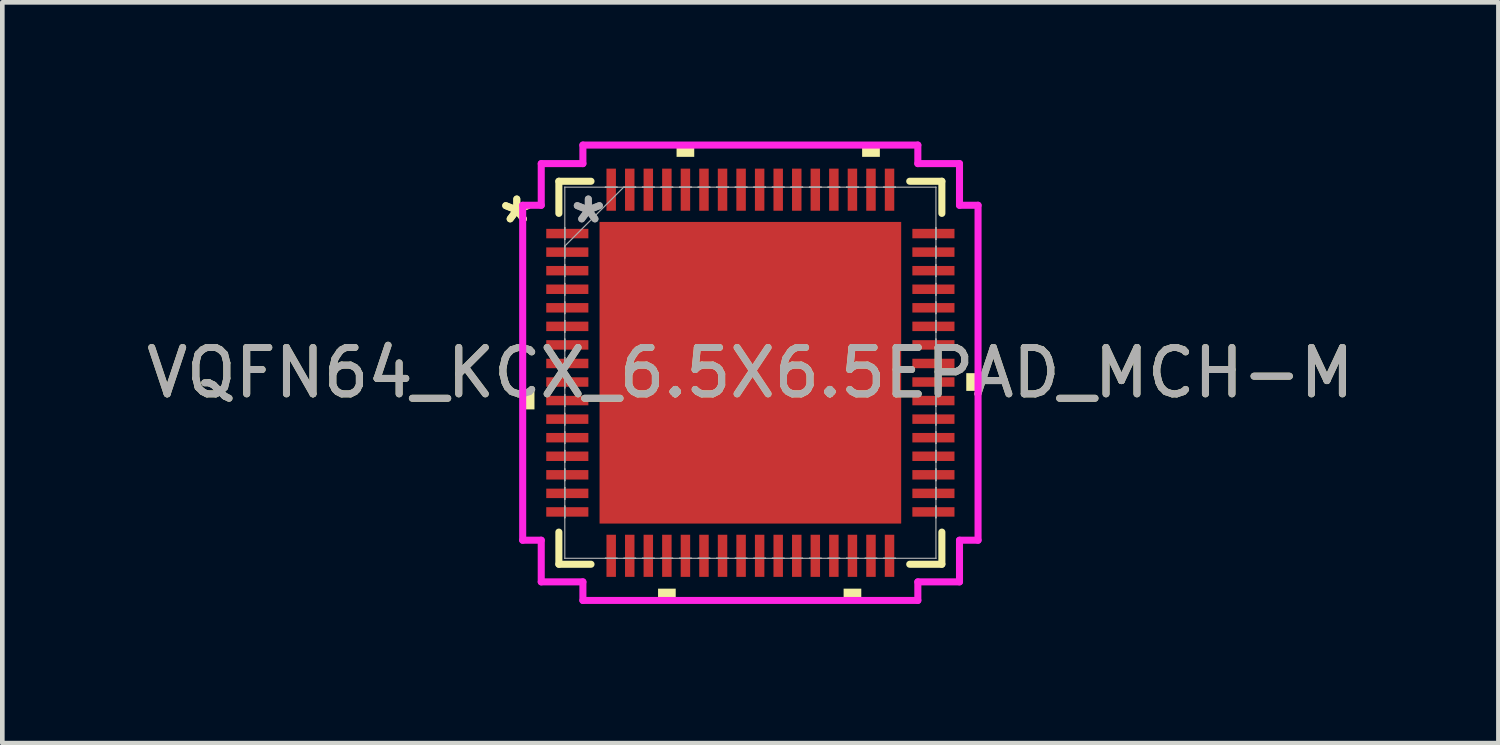
<source format=kicad_pcb>
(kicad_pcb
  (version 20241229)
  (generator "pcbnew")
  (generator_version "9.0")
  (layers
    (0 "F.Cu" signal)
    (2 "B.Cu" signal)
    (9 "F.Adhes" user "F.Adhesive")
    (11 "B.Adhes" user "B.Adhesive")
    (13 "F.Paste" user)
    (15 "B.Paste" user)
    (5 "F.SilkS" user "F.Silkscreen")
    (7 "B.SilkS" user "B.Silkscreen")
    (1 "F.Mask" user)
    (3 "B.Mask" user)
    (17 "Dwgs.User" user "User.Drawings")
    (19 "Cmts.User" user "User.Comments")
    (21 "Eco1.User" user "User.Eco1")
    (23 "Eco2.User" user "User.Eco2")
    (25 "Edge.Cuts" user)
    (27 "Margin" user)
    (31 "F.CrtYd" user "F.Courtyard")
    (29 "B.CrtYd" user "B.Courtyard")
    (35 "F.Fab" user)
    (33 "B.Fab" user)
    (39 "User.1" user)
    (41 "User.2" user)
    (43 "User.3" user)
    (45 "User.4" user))
  (footprint "VQFN64_KCX_6.5X6.5EPAD_MCH-M"
    (layer "F.Cu")
    (at 13.125 4.985)
    (property "Reference" "VQFN64_KCX_6.5X6.5EPAD_MCH-M" (at 0 0 0) (unlocked yes) (layer "F.SilkS") (effects (font (size 1 1) (thickness 0.15))))
    (attr smd)
    (fp_line (start -4.128 -4.128) (end -4.128 -3.435) (stroke (width 0.152) (type solid)) (layer "F.SilkS"))
    (fp_line (start -4.128 3.435) (end -4.128 4.128) (stroke (width 0.152) (type solid)) (layer "F.SilkS"))
    (fp_line (start -4.128 4.128) (end -3.435 4.128) (stroke (width 0.152) (type solid)) (layer "F.SilkS"))
    (fp_line (start -3.435 -4.128) (end -4.128 -4.128) (stroke (width 0.152) (type solid)) (layer "F.SilkS"))
    (fp_line (start 3.435 4.128) (end 4.128 4.128) (stroke (width 0.152) (type solid)) (layer "F.SilkS"))
    (fp_line (start 4.128 -4.128) (end 3.435 -4.128) (stroke (width 0.152) (type solid)) (layer "F.SilkS"))
    (fp_line (start 4.128 -3.435) (end 4.128 -4.128) (stroke (width 0.152) (type solid)) (layer "F.SilkS"))
    (fp_line (start 4.128 4.128) (end 4.128 3.435) (stroke (width 0.152) (type solid)) (layer "F.SilkS"))
    (fp_poly (pts (xy -4.908 0.409) (xy -4.908 0.79) (xy -4.654 0.79) (xy -4.654 0.409)) (stroke (width 0) (type solid)) (fill yes) (layer "F.SilkS"))
    (fp_poly (pts (xy -1.99 4.654) (xy -1.99 4.908) (xy -1.609 4.908) (xy -1.609 4.654)) (stroke (width 0) (type solid)) (fill yes) (layer "F.SilkS"))
    (fp_poly (pts (xy -1.591 -4.654) (xy -1.591 -4.908) (xy -1.21 -4.908) (xy -1.21 -4.654)) (stroke (width 0) (type solid)) (fill yes) (layer "F.SilkS"))
    (fp_poly (pts (xy 2.01 4.654) (xy 2.01 4.908) (xy 2.391 4.908) (xy 2.391 4.654)) (stroke (width 0) (type solid)) (fill yes) (layer "F.SilkS"))
    (fp_poly (pts (xy 2.409 -4.654) (xy 2.409 -4.908) (xy 2.791 -4.908) (xy 2.791 -4.654)) (stroke (width 0) (type solid)) (fill yes) (layer "F.SilkS"))
    (fp_poly (pts (xy 4.908 0.009) (xy 4.908 0.391) (xy 4.654 0.391) (xy 4.654 0.009)) (stroke (width 0) (type solid)) (fill yes) (layer "F.SilkS"))
    (fp_poly (pts (xy -3.151 -3.151) (xy -3.151 -2.051) (xy -2.051 -2.051) (xy -2.051 -3.151)) (stroke (width 0) (type solid)) (fill yes) (layer "F.Paste"))
    (fp_poly (pts (xy -3.151 -1.851) (xy -3.151 -0.75) (xy -2.051 -0.75) (xy -2.051 -1.851)) (stroke (width 0) (type solid)) (fill yes) (layer "F.Paste"))
    (fp_poly (pts (xy -3.151 -0.55) (xy -3.151 0.55) (xy -2.051 0.55) (xy -2.051 -0.55)) (stroke (width 0) (type solid)) (fill yes) (layer "F.Paste"))
    (fp_poly (pts (xy -3.151 0.75) (xy -3.151 1.851) (xy -2.051 1.851) (xy -2.051 0.75)) (stroke (width 0) (type solid)) (fill yes) (layer "F.Paste"))
    (fp_poly (pts (xy -3.151 2.051) (xy -3.151 3.151) (xy -2.051 3.151) (xy -2.051 2.051)) (stroke (width 0) (type solid)) (fill yes) (layer "F.Paste"))
    (fp_poly (pts (xy -1.851 -3.151) (xy -1.851 -2.051) (xy -0.75 -2.051) (xy -0.75 -3.151)) (stroke (width 0) (type solid)) (fill yes) (layer "F.Paste"))
    (fp_poly (pts (xy -1.851 -1.851) (xy -1.851 -0.75) (xy -0.75 -0.75) (xy -0.75 -1.851)) (stroke (width 0) (type solid)) (fill yes) (layer "F.Paste"))
    (fp_poly (pts (xy -1.851 -0.55) (xy -1.851 0.55) (xy -0.75 0.55) (xy -0.75 -0.55)) (stroke (width 0) (type solid)) (fill yes) (layer "F.Paste"))
    (fp_poly (pts (xy -1.851 0.75) (xy -1.851 1.851) (xy -0.75 1.851) (xy -0.75 0.75)) (stroke (width 0) (type solid)) (fill yes) (layer "F.Paste"))
    (fp_poly (pts (xy -1.851 2.051) (xy -1.851 3.151) (xy -0.75 3.151) (xy -0.75 2.051)) (stroke (width 0) (type solid)) (fill yes) (layer "F.Paste"))
    (fp_poly (pts (xy -0.55 -3.151) (xy -0.55 -2.051) (xy 0.55 -2.051) (xy 0.55 -3.151)) (stroke (width 0) (type solid)) (fill yes) (layer "F.Paste"))
    (fp_poly (pts (xy -0.55 -1.851) (xy -0.55 -0.75) (xy 0.55 -0.75) (xy 0.55 -1.851)) (stroke (width 0) (type solid)) (fill yes) (layer "F.Paste"))
    (fp_poly (pts (xy -0.55 -0.55) (xy -0.55 0.55) (xy 0.55 0.55) (xy 0.55 -0.55)) (stroke (width 0) (type solid)) (fill yes) (layer "F.Paste"))
    (fp_poly (pts (xy -0.55 0.75) (xy -0.55 1.851) (xy 0.55 1.851) (xy 0.55 0.75)) (stroke (width 0) (type solid)) (fill yes) (layer "F.Paste"))
    (fp_poly (pts (xy -0.55 2.051) (xy -0.55 3.151) (xy 0.55 3.151) (xy 0.55 2.051)) (stroke (width 0) (type solid)) (fill yes) (layer "F.Paste"))
    (fp_poly (pts (xy 0.75 -3.151) (xy 0.75 -2.051) (xy 1.851 -2.051) (xy 1.851 -3.151)) (stroke (width 0) (type solid)) (fill yes) (layer "F.Paste"))
    (fp_poly (pts (xy 0.75 -1.851) (xy 0.75 -0.75) (xy 1.851 -0.75) (xy 1.851 -1.851)) (stroke (width 0) (type solid)) (fill yes) (layer "F.Paste"))
    (fp_poly (pts (xy 0.75 -0.55) (xy 0.75 0.55) (xy 1.851 0.55) (xy 1.851 -0.55)) (stroke (width 0) (type solid)) (fill yes) (layer "F.Paste"))
    (fp_poly (pts (xy 0.75 0.75) (xy 0.75 1.851) (xy 1.851 1.851) (xy 1.851 0.75)) (stroke (width 0) (type solid)) (fill yes) (layer "F.Paste"))
    (fp_poly (pts (xy 0.75 2.051) (xy 0.75 3.151) (xy 1.851 3.151) (xy 1.851 2.051)) (stroke (width 0) (type solid)) (fill yes) (layer "F.Paste"))
    (fp_poly (pts (xy 2.051 -3.151) (xy 2.051 -2.051) (xy 3.151 -2.051) (xy 3.151 -3.151)) (stroke (width 0) (type solid)) (fill yes) (layer "F.Paste"))
    (fp_poly (pts (xy 2.051 -1.851) (xy 2.051 -0.75) (xy 3.151 -0.75) (xy 3.151 -1.851)) (stroke (width 0) (type solid)) (fill yes) (layer "F.Paste"))
    (fp_poly (pts (xy 2.051 -0.55) (xy 2.051 0.55) (xy 3.151 0.55) (xy 3.151 -0.55)) (stroke (width 0) (type solid)) (fill yes) (layer "F.Paste"))
    (fp_poly (pts (xy 2.051 0.75) (xy 2.051 1.851) (xy 3.151 1.851) (xy 3.151 0.75)) (stroke (width 0) (type solid)) (fill yes) (layer "F.Paste"))
    (fp_poly (pts (xy 2.051 2.051) (xy 2.051 3.151) (xy 3.151 3.151) (xy 3.151 2.051)) (stroke (width 0) (type solid)) (fill yes) (layer "F.Paste"))
    (fp_line (start -4.908 -3.61) (end -4.508 -3.61) (stroke (width 0.152) (type solid)) (layer "F.CrtYd"))
    (fp_line (start -4.908 3.61) (end -4.908 -3.61) (stroke (width 0.152) (type solid)) (layer "F.CrtYd"))
    (fp_line (start -4.508 -4.508) (end -3.61 -4.508) (stroke (width 0.152) (type solid)) (layer "F.CrtYd"))
    (fp_line (start -4.508 -3.61) (end -4.508 -4.508) (stroke (width 0.152) (type solid)) (layer "F.CrtYd"))
    (fp_line (start -4.508 3.61) (end -4.908 3.61) (stroke (width 0.152) (type solid)) (layer "F.CrtYd"))
    (fp_line (start -4.508 4.508) (end -4.508 3.61) (stroke (width 0.152) (type solid)) (layer "F.CrtYd"))
    (fp_line (start -3.61 -4.908) (end 3.61 -4.908) (stroke (width 0.152) (type solid)) (layer "F.CrtYd"))
    (fp_line (start -3.61 -4.508) (end -3.61 -4.908) (stroke (width 0.152) (type solid)) (layer "F.CrtYd"))
    (fp_line (start -3.61 4.508) (end -4.508 4.508) (stroke (width 0.152) (type solid)) (layer "F.CrtYd"))
    (fp_line (start -3.61 4.908) (end -3.61 4.508) (stroke (width 0.152) (type solid)) (layer "F.CrtYd"))
    (fp_line (start 3.61 -4.908) (end 3.61 -4.508) (stroke (width 0.152) (type solid)) (layer "F.CrtYd"))
    (fp_line (start 3.61 -4.508) (end 4.508 -4.508) (stroke (width 0.152) (type solid)) (layer "F.CrtYd"))
    (fp_line (start 3.61 4.508) (end 3.61 4.908) (stroke (width 0.152) (type solid)) (layer "F.CrtYd"))
    (fp_line (start 3.61 4.908) (end -3.61 4.908) (stroke (width 0.152) (type solid)) (layer "F.CrtYd"))
    (fp_line (start 4.508 -4.508) (end 4.508 -3.61) (stroke (width 0.152) (type solid)) (layer "F.CrtYd"))
    (fp_line (start 4.508 -3.61) (end 4.908 -3.61) (stroke (width 0.152) (type solid)) (layer "F.CrtYd"))
    (fp_line (start 4.508 3.61) (end 4.508 4.508) (stroke (width 0.152) (type solid)) (layer "F.CrtYd"))
    (fp_line (start 4.508 4.508) (end 3.61 4.508) (stroke (width 0.152) (type solid)) (layer "F.CrtYd"))
    (fp_line (start 4.908 -3.61) (end 4.908 3.61) (stroke (width 0.152) (type solid)) (layer "F.CrtYd"))
    (fp_line (start 4.908 3.61) (end 4.508 3.61) (stroke (width 0.152) (type solid)) (layer "F.CrtYd"))
    (fp_line (start -4 -4) (end -4 -4) (stroke (width 0.025) (type solid)) (layer "F.Fab"))
    (fp_line (start -4 -4) (end -4 4) (stroke (width 0.025) (type solid)) (layer "F.Fab"))
    (fp_line (start -4 -3.127) (end -4 -3.127) (stroke (width 0.025) (type solid)) (layer "F.Fab"))
    (fp_line (start -4 -3.127) (end -4 -2.873) (stroke (width 0.025) (type solid)) (layer "F.Fab"))
    (fp_line (start -4 -2.873) (end -4 -3.127) (stroke (width 0.025) (type solid)) (layer "F.Fab"))
    (fp_line (start -4 -2.873) (end -4 -2.873) (stroke (width 0.025) (type solid)) (layer "F.Fab"))
    (fp_line (start -4 -2.731) (end -2.731 -4) (stroke (width 0.025) (type solid)) (layer "F.Fab"))
    (fp_line (start -4 -2.727) (end -4 -2.727) (stroke (width 0.025) (type solid)) (layer "F.Fab"))
    (fp_line (start -4 -2.727) (end -4 -2.473) (stroke (width 0.025) (type solid)) (layer "F.Fab"))
    (fp_line (start -4 -2.473) (end -4 -2.727) (stroke (width 0.025) (type solid)) (layer "F.Fab"))
    (fp_line (start -4 -2.473) (end -4 -2.473) (stroke (width 0.025) (type solid)) (layer "F.Fab"))
    (fp_line (start -4 -2.327) (end -4 -2.327) (stroke (width 0.025) (type solid)) (layer "F.Fab"))
    (fp_line (start -4 -2.327) (end -4 -2.073) (stroke (width 0.025) (type solid)) (layer "F.Fab"))
    (fp_line (start -4 -2.073) (end -4 -2.327) (stroke (width 0.025) (type solid)) (layer "F.Fab"))
    (fp_line (start -4 -2.073) (end -4 -2.073) (stroke (width 0.025) (type solid)) (layer "F.Fab"))
    (fp_line (start -4 -1.927) (end -4 -1.927) (stroke (width 0.025) (type solid)) (layer "F.Fab"))
    (fp_line (start -4 -1.927) (end -4 -1.673) (stroke (width 0.025) (type solid)) (layer "F.Fab"))
    (fp_line (start -4 -1.673) (end -4 -1.927) (stroke (width 0.025) (type solid)) (layer "F.Fab"))
    (fp_line (start -4 -1.673) (end -4 -1.673) (stroke (width 0.025) (type solid)) (layer "F.Fab"))
    (fp_line (start -4 -1.527) (end -4 -1.527) (stroke (width 0.025) (type solid)) (layer "F.Fab"))
    (fp_line (start -4 -1.527) (end -4 -1.273) (stroke (width 0.025) (type solid)) (layer "F.Fab"))
    (fp_line (start -4 -1.273) (end -4 -1.527) (stroke (width 0.025) (type solid)) (layer "F.Fab"))
    (fp_line (start -4 -1.273) (end -4 -1.273) (stroke (width 0.025) (type solid)) (layer "F.Fab"))
    (fp_line (start -4 -1.127) (end -4 -1.127) (stroke (width 0.025) (type solid)) (layer "F.Fab"))
    (fp_line (start -4 -1.127) (end -4 -0.873) (stroke (width 0.025) (type solid)) (layer "F.Fab"))
    (fp_line (start -4 -0.873) (end -4 -1.127) (stroke (width 0.025) (type solid)) (layer "F.Fab"))
    (fp_line (start -4 -0.873) (end -4 -0.873) (stroke (width 0.025) (type solid)) (layer "F.Fab"))
    (fp_line (start -4 -0.727) (end -4 -0.727) (stroke (width 0.025) (type solid)) (layer "F.Fab"))
    (fp_line (start -4 -0.727) (end -4 -0.473) (stroke (width 0.025) (type solid)) (layer "F.Fab"))
    (fp_line (start -4 -0.473) (end -4 -0.727) (stroke (width 0.025) (type solid)) (layer "F.Fab"))
    (fp_line (start -4 -0.473) (end -4 -0.473) (stroke (width 0.025) (type solid)) (layer "F.Fab"))
    (fp_line (start -4 -0.327) (end -4 -0.327) (stroke (width 0.025) (type solid)) (layer "F.Fab"))
    (fp_line (start -4 -0.327) (end -4 -0.073) (stroke (width 0.025) (type solid)) (layer "F.Fab"))
    (fp_line (start -4 -0.073) (end -4 -0.327) (stroke (width 0.025) (type solid)) (layer "F.Fab"))
    (fp_line (start -4 -0.073) (end -4 -0.073) (stroke (width 0.025) (type solid)) (layer "F.Fab"))
    (fp_line (start -4 0.073) (end -4 0.073) (stroke (width 0.025) (type solid)) (layer "F.Fab"))
    (fp_line (start -4 0.073) (end -4 0.327) (stroke (width 0.025) (type solid)) (layer "F.Fab"))
    (fp_line (start -4 0.327) (end -4 0.073) (stroke (width 0.025) (type solid)) (layer "F.Fab"))
    (fp_line (start -4 0.327) (end -4 0.327) (stroke (width 0.025) (type solid)) (layer "F.Fab"))
    (fp_line (start -4 0.473) (end -4 0.473) (stroke (width 0.025) (type solid)) (layer "F.Fab"))
    (fp_line (start -4 0.473) (end -4 0.727) (stroke (width 0.025) (type solid)) (layer "F.Fab"))
    (fp_line (start -4 0.727) (end -4 0.473) (stroke (width 0.025) (type solid)) (layer "F.Fab"))
    (fp_line (start -4 0.727) (end -4 0.727) (stroke (width 0.025) (type solid)) (layer "F.Fab"))
    (fp_line (start -4 0.873) (end -4 0.873) (stroke (width 0.025) (type solid)) (layer "F.Fab"))
    (fp_line (start -4 0.873) (end -4 1.127) (stroke (width 0.025) (type solid)) (layer "F.Fab"))
    (fp_line (start -4 1.127) (end -4 0.873) (stroke (width 0.025) (type solid)) (layer "F.Fab"))
    (fp_line (start -4 1.127) (end -4 1.127) (stroke (width 0.025) (type solid)) (layer "F.Fab"))
    (fp_line (start -4 1.273) (end -4 1.273) (stroke (width 0.025) (type solid)) (layer "F.Fab"))
    (fp_line (start -4 1.273) (end -4 1.527) (stroke (width 0.025) (type solid)) (layer "F.Fab"))
    (fp_line (start -4 1.527) (end -4 1.273) (stroke (width 0.025) (type solid)) (layer "F.Fab"))
    (fp_line (start -4 1.527) (end -4 1.527) (stroke (width 0.025) (type solid)) (layer "F.Fab"))
    (fp_line (start -4 1.673) (end -4 1.673) (stroke (width 0.025) (type solid)) (layer "F.Fab"))
    (fp_line (start -4 1.673) (end -4 1.927) (stroke (width 0.025) (type solid)) (layer "F.Fab"))
    (fp_line (start -4 1.927) (end -4 1.673) (stroke (width 0.025) (type solid)) (layer "F.Fab"))
    (fp_line (start -4 1.927) (end -4 1.927) (stroke (width 0.025) (type solid)) (layer "F.Fab"))
    (fp_line (start -4 2.073) (end -4 2.073) (stroke (width 0.025) (type solid)) (layer "F.Fab"))
    (fp_line (start -4 2.073) (end -4 2.327) (stroke (width 0.025) (type solid)) (layer "F.Fab"))
    (fp_line (start -4 2.327) (end -4 2.073) (stroke (width 0.025) (type solid)) (layer "F.Fab"))
    (fp_line (start -4 2.327) (end -4 2.327) (stroke (width 0.025) (type solid)) (layer "F.Fab"))
    (fp_line (start -4 2.473) (end -4 2.473) (stroke (width 0.025) (type solid)) (layer "F.Fab"))
    (fp_line (start -4 2.473) (end -4 2.727) (stroke (width 0.025) (type solid)) (layer "F.Fab"))
    (fp_line (start -4 2.727) (end -4 2.473) (stroke (width 0.025) (type solid)) (layer "F.Fab"))
    (fp_line (start -4 2.727) (end -4 2.727) (stroke (width 0.025) (type solid)) (layer "F.Fab"))
    (fp_line (start -4 2.873) (end -4 2.873) (stroke (width 0.025) (type solid)) (layer "F.Fab"))
    (fp_line (start -4 2.873) (end -4 3.127) (stroke (width 0.025) (type solid)) (layer "F.Fab"))
    (fp_line (start -4 3.127) (end -4 2.873) (stroke (width 0.025) (type solid)) (layer "F.Fab"))
    (fp_line (start -4 3.127) (end -4 3.127) (stroke (width 0.025) (type solid)) (layer "F.Fab"))
    (fp_line (start -4 4) (end -4 4) (stroke (width 0.025) (type solid)) (layer "F.Fab"))
    (fp_line (start -4 4) (end 4 4) (stroke (width 0.025) (type solid)) (layer "F.Fab"))
    (fp_line (start -3.127 -4) (end -3.127 -4) (stroke (width 0.025) (type solid)) (layer "F.Fab"))
    (fp_line (start -3.127 -4) (end -2.873 -4) (stroke (width 0.025) (type solid)) (layer "F.Fab"))
    (fp_line (start -3.127 4) (end -3.127 4) (stroke (width 0.025) (type solid)) (layer "F.Fab"))
    (fp_line (start -3.127 4) (end -2.873 4) (stroke (width 0.025) (type solid)) (layer "F.Fab"))
    (fp_line (start -2.873 -4) (end -3.127 -4) (stroke (width 0.025) (type solid)) (layer "F.Fab"))
    (fp_line (start -2.873 -4) (end -2.873 -4) (stroke (width 0.025) (type solid)) (layer "F.Fab"))
    (fp_line (start -2.873 4) (end -3.127 4) (stroke (width 0.025) (type solid)) (layer "F.Fab"))
    (fp_line (start -2.873 4) (end -2.873 4) (stroke (width 0.025) (type solid)) (layer "F.Fab"))
    (fp_line (start -2.727 -4) (end -2.727 -4) (stroke (width 0.025) (type solid)) (layer "F.Fab"))
    (fp_line (start -2.727 -4) (end -2.473 -4) (stroke (width 0.025) (type solid)) (layer "F.Fab"))
    (fp_line (start -2.727 4) (end -2.727 4) (stroke (width 0.025) (type solid)) (layer "F.Fab"))
    (fp_line (start -2.727 4) (end -2.473 4) (stroke (width 0.025) (type solid)) (layer "F.Fab"))
    (fp_line (start -2.473 -4) (end -2.727 -4) (stroke (width 0.025) (type solid)) (layer "F.Fab"))
    (fp_line (start -2.473 -4) (end -2.473 -4) (stroke (width 0.025) (type solid)) (layer "F.Fab"))
    (fp_line (start -2.473 4) (end -2.727 4) (stroke (width 0.025) (type solid)) (layer "F.Fab"))
    (fp_line (start -2.473 4) (end -2.473 4) (stroke (width 0.025) (type solid)) (layer "F.Fab"))
    (fp_line (start -2.327 -4) (end -2.327 -4) (stroke (width 0.025) (type solid)) (layer "F.Fab"))
    (fp_line (start -2.327 -4) (end -2.073 -4) (stroke (width 0.025) (type solid)) (layer "F.Fab"))
    (fp_line (start -2.327 4) (end -2.327 4) (stroke (width 0.025) (type solid)) (layer "F.Fab"))
    (fp_line (start -2.327 4) (end -2.073 4) (stroke (width 0.025) (type solid)) (layer "F.Fab"))
    (fp_line (start -2.073 -4) (end -2.327 -4) (stroke (width 0.025) (type solid)) (layer "F.Fab"))
    (fp_line (start -2.073 -4) (end -2.073 -4) (stroke (width 0.025) (type solid)) (layer "F.Fab"))
    (fp_line (start -2.073 4) (end -2.327 4) (stroke (width 0.025) (type solid)) (layer "F.Fab"))
    (fp_line (start -2.073 4) (end -2.073 4) (stroke (width 0.025) (type solid)) (layer "F.Fab"))
    (fp_line (start -1.927 -4) (end -1.927 -4) (stroke (width 0.025) (type solid)) (layer "F.Fab"))
    (fp_line (start -1.927 -4) (end -1.673 -4) (stroke (width 0.025) (type solid)) (layer "F.Fab"))
    (fp_line (start -1.927 4) (end -1.927 4) (stroke (width 0.025) (type solid)) (layer "F.Fab"))
    (fp_line (start -1.927 4) (end -1.673 4) (stroke (width 0.025) (type solid)) (layer "F.Fab"))
    (fp_line (start -1.673 -4) (end -1.927 -4) (stroke (width 0.025) (type solid)) (layer "F.Fab"))
    (fp_line (start -1.673 -4) (end -1.673 -4) (stroke (width 0.025) (type solid)) (layer "F.Fab"))
    (fp_line (start -1.673 4) (end -1.927 4) (stroke (width 0.025) (type solid)) (layer "F.Fab"))
    (fp_line (start -1.673 4) (end -1.673 4) (stroke (width 0.025) (type solid)) (layer "F.Fab"))
    (fp_line (start -1.527 -4) (end -1.527 -4) (stroke (width 0.025) (type solid)) (layer "F.Fab"))
    (fp_line (start -1.527 -4) (end -1.273 -4) (stroke (width 0.025) (type solid)) (layer "F.Fab"))
    (fp_line (start -1.527 4) (end -1.527 4) (stroke (width 0.025) (type solid)) (layer "F.Fab"))
    (fp_line (start -1.527 4) (end -1.273 4) (stroke (width 0.025) (type solid)) (layer "F.Fab"))
    (fp_line (start -1.273 -4) (end -1.527 -4) (stroke (width 0.025) (type solid)) (layer "F.Fab"))
    (fp_line (start -1.273 -4) (end -1.273 -4) (stroke (width 0.025) (type solid)) (layer "F.Fab"))
    (fp_line (start -1.273 4) (end -1.527 4) (stroke (width 0.025) (type solid)) (layer "F.Fab"))
    (fp_line (start -1.273 4) (end -1.273 4) (stroke (width 0.025) (type solid)) (layer "F.Fab"))
    (fp_line (start -1.127 -4) (end -1.127 -4) (stroke (width 0.025) (type solid)) (layer "F.Fab"))
    (fp_line (start -1.127 -4) (end -0.873 -4) (stroke (width 0.025) (type solid)) (layer "F.Fab"))
    (fp_line (start -1.127 4) (end -1.127 4) (stroke (width 0.025) (type solid)) (layer "F.Fab"))
    (fp_line (start -1.127 4) (end -0.873 4) (stroke (width 0.025) (type solid)) (layer "F.Fab"))
    (fp_line (start -0.873 -4) (end -1.127 -4) (stroke (width 0.025) (type solid)) (layer "F.Fab"))
    (fp_line (start -0.873 -4) (end -0.873 -4) (stroke (width 0.025) (type solid)) (layer "F.Fab"))
    (fp_line (start -0.873 4) (end -1.127 4) (stroke (width 0.025) (type solid)) (layer "F.Fab"))
    (fp_line (start -0.873 4) (end -0.873 4) (stroke (width 0.025) (type solid)) (layer "F.Fab"))
    (fp_line (start -0.727 -4) (end -0.727 -4) (stroke (width 0.025) (type solid)) (layer "F.Fab"))
    (fp_line (start -0.727 -4) (end -0.473 -4) (stroke (width 0.025) (type solid)) (layer "F.Fab"))
    (fp_line (start -0.727 4) (end -0.727 4) (stroke (width 0.025) (type solid)) (layer "F.Fab"))
    (fp_line (start -0.727 4) (end -0.473 4) (stroke (width 0.025) (type solid)) (layer "F.Fab"))
    (fp_line (start -0.473 -4) (end -0.727 -4) (stroke (width 0.025) (type solid)) (layer "F.Fab"))
    (fp_line (start -0.473 -4) (end -0.473 -4) (stroke (width 0.025) (type solid)) (layer "F.Fab"))
    (fp_line (start -0.473 4) (end -0.727 4) (stroke (width 0.025) (type solid)) (layer "F.Fab"))
    (fp_line (start -0.473 4) (end -0.473 4) (stroke (width 0.025) (type solid)) (layer "F.Fab"))
    (fp_line (start -0.327 -4) (end -0.327 -4) (stroke (width 0.025) (type solid)) (layer "F.Fab"))
    (fp_line (start -0.327 -4) (end -0.073 -4) (stroke (width 0.025) (type solid)) (layer "F.Fab"))
    (fp_line (start -0.327 4) (end -0.327 4) (stroke (width 0.025) (type solid)) (layer "F.Fab"))
    (fp_line (start -0.327 4) (end -0.073 4) (stroke (width 0.025) (type solid)) (layer "F.Fab"))
    (fp_line (start -0.073 -4) (end -0.327 -4) (stroke (width 0.025) (type solid)) (layer "F.Fab"))
    (fp_line (start -0.073 -4) (end -0.073 -4) (stroke (width 0.025) (type solid)) (layer "F.Fab"))
    (fp_line (start -0.073 4) (end -0.327 4) (stroke (width 0.025) (type solid)) (layer "F.Fab"))
    (fp_line (start -0.073 4) (end -0.073 4) (stroke (width 0.025) (type solid)) (layer "F.Fab"))
    (fp_line (start 0.073 -4) (end 0.073 -4) (stroke (width 0.025) (type solid)) (layer "F.Fab"))
    (fp_line (start 0.073 -4) (end 0.327 -4) (stroke (width 0.025) (type solid)) (layer "F.Fab"))
    (fp_line (start 0.073 4) (end 0.073 4) (stroke (width 0.025) (type solid)) (layer "F.Fab"))
    (fp_line (start 0.073 4) (end 0.327 4) (stroke (width 0.025) (type solid)) (layer "F.Fab"))
    (fp_line (start 0.327 -4) (end 0.073 -4) (stroke (width 0.025) (type solid)) (layer "F.Fab"))
    (fp_line (start 0.327 -4) (end 0.327 -4) (stroke (width 0.025) (type solid)) (layer "F.Fab"))
    (fp_line (start 0.327 4) (end 0.073 4) (stroke (width 0.025) (type solid)) (layer "F.Fab"))
    (fp_line (start 0.327 4) (end 0.327 4) (stroke (width 0.025) (type solid)) (layer "F.Fab"))
    (fp_line (start 0.473 -4) (end 0.473 -4) (stroke (width 0.025) (type solid)) (layer "F.Fab"))
    (fp_line (start 0.473 -4) (end 0.727 -4) (stroke (width 0.025) (type solid)) (layer "F.Fab"))
    (fp_line (start 0.473 4) (end 0.473 4) (stroke (width 0.025) (type solid)) (layer "F.Fab"))
    (fp_line (start 0.473 4) (end 0.727 4) (stroke (width 0.025) (type solid)) (layer "F.Fab"))
    (fp_line (start 0.727 -4) (end 0.473 -4) (stroke (width 0.025) (type solid)) (layer "F.Fab"))
    (fp_line (start 0.727 -4) (end 0.727 -4) (stroke (width 0.025) (type solid)) (layer "F.Fab"))
    (fp_line (start 0.727 4) (end 0.473 4) (stroke (width 0.025) (type solid)) (layer "F.Fab"))
    (fp_line (start 0.727 4) (end 0.727 4) (stroke (width 0.025) (type solid)) (layer "F.Fab"))
    (fp_line (start 0.873 -4) (end 0.873 -4) (stroke (width 0.025) (type solid)) (layer "F.Fab"))
    (fp_line (start 0.873 -4) (end 1.127 -4) (stroke (width 0.025) (type solid)) (layer "F.Fab"))
    (fp_line (start 0.873 4) (end 0.873 4) (stroke (width 0.025) (type solid)) (layer "F.Fab"))
    (fp_line (start 0.873 4) (end 1.127 4) (stroke (width 0.025) (type solid)) (layer "F.Fab"))
    (fp_line (start 1.127 -4) (end 0.873 -4) (stroke (width 0.025) (type solid)) (layer "F.Fab"))
    (fp_line (start 1.127 -4) (end 1.127 -4) (stroke (width 0.025) (type solid)) (layer "F.Fab"))
    (fp_line (start 1.127 4) (end 0.873 4) (stroke (width 0.025) (type solid)) (layer "F.Fab"))
    (fp_line (start 1.127 4) (end 1.127 4) (stroke (width 0.025) (type solid)) (layer "F.Fab"))
    (fp_line (start 1.273 -4) (end 1.273 -4) (stroke (width 0.025) (type solid)) (layer "F.Fab"))
    (fp_line (start 1.273 -4) (end 1.527 -4) (stroke (width 0.025) (type solid)) (layer "F.Fab"))
    (fp_line (start 1.273 4) (end 1.273 4) (stroke (width 0.025) (type solid)) (layer "F.Fab"))
    (fp_line (start 1.273 4) (end 1.527 4) (stroke (width 0.025) (type solid)) (layer "F.Fab"))
    (fp_line (start 1.527 -4) (end 1.273 -4) (stroke (width 0.025) (type solid)) (layer "F.Fab"))
    (fp_line (start 1.527 -4) (end 1.527 -4) (stroke (width 0.025) (type solid)) (layer "F.Fab"))
    (fp_line (start 1.527 4) (end 1.273 4) (stroke (width 0.025) (type solid)) (layer "F.Fab"))
    (fp_line (start 1.527 4) (end 1.527 4) (stroke (width 0.025) (type solid)) (layer "F.Fab"))
    (fp_line (start 1.673 -4) (end 1.673 -4) (stroke (width 0.025) (type solid)) (layer "F.Fab"))
    (fp_line (start 1.673 -4) (end 1.927 -4) (stroke (width 0.025) (type solid)) (layer "F.Fab"))
    (fp_line (start 1.673 4) (end 1.673 4) (stroke (width 0.025) (type solid)) (layer "F.Fab"))
    (fp_line (start 1.673 4) (end 1.927 4) (stroke (width 0.025) (type solid)) (layer "F.Fab"))
    (fp_line (start 1.927 -4) (end 1.673 -4) (stroke (width 0.025) (type solid)) (layer "F.Fab"))
    (fp_line (start 1.927 -4) (end 1.927 -4) (stroke (width 0.025) (type solid)) (layer "F.Fab"))
    (fp_line (start 1.927 4) (end 1.673 4) (stroke (width 0.025) (type solid)) (layer "F.Fab"))
    (fp_line (start 1.927 4) (end 1.927 4) (stroke (width 0.025) (type solid)) (layer "F.Fab"))
    (fp_line (start 2.073 -4) (end 2.073 -4) (stroke (width 0.025) (type solid)) (layer "F.Fab"))
    (fp_line (start 2.073 -4) (end 2.327 -4) (stroke (width 0.025) (type solid)) (layer "F.Fab"))
    (fp_line (start 2.073 4) (end 2.073 4) (stroke (width 0.025) (type solid)) (layer "F.Fab"))
    (fp_line (start 2.073 4) (end 2.327 4) (stroke (width 0.025) (type solid)) (layer "F.Fab"))
    (fp_line (start 2.327 -4) (end 2.073 -4) (stroke (width 0.025) (type solid)) (layer "F.Fab"))
    (fp_line (start 2.327 -4) (end 2.327 -4) (stroke (width 0.025) (type solid)) (layer "F.Fab"))
    (fp_line (start 2.327 4) (end 2.073 4) (stroke (width 0.025) (type solid)) (layer "F.Fab"))
    (fp_line (start 2.327 4) (end 2.327 4) (stroke (width 0.025) (type solid)) (layer "F.Fab"))
    (fp_line (start 2.473 -4) (end 2.473 -4) (stroke (width 0.025) (type solid)) (layer "F.Fab"))
    (fp_line (start 2.473 -4) (end 2.727 -4) (stroke (width 0.025) (type solid)) (layer "F.Fab"))
    (fp_line (start 2.473 4) (end 2.473 4) (stroke (width 0.025) (type solid)) (layer "F.Fab"))
    (fp_line (start 2.473 4) (end 2.727 4) (stroke (width 0.025) (type solid)) (layer "F.Fab"))
    (fp_line (start 2.727 -4) (end 2.473 -4) (stroke (width 0.025) (type solid)) (layer "F.Fab"))
    (fp_line (start 2.727 -4) (end 2.727 -4) (stroke (width 0.025) (type solid)) (layer "F.Fab"))
    (fp_line (start 2.727 4) (end 2.473 4) (stroke (width 0.025) (type solid)) (layer "F.Fab"))
    (fp_line (start 2.727 4) (end 2.727 4) (stroke (width 0.025) (type solid)) (layer "F.Fab"))
    (fp_line (start 2.873 -4) (end 2.873 -4) (stroke (width 0.025) (type solid)) (layer "F.Fab"))
    (fp_line (start 2.873 -4) (end 3.127 -4) (stroke (width 0.025) (type solid)) (layer "F.Fab"))
    (fp_line (start 2.873 4) (end 2.873 4) (stroke (width 0.025) (type solid)) (layer "F.Fab"))
    (fp_line (start 2.873 4) (end 3.127 4) (stroke (width 0.025) (type solid)) (layer "F.Fab"))
    (fp_line (start 3.127 -4) (end 2.873 -4) (stroke (width 0.025) (type solid)) (layer "F.Fab"))
    (fp_line (start 3.127 -4) (end 3.127 -4) (stroke (width 0.025) (type solid)) (layer "F.Fab"))
    (fp_line (start 3.127 4) (end 2.873 4) (stroke (width 0.025) (type solid)) (layer "F.Fab"))
    (fp_line (start 3.127 4) (end 3.127 4) (stroke (width 0.025) (type solid)) (layer "F.Fab"))
    (fp_line (start 4 -4) (end -4 -4) (stroke (width 0.025) (type solid)) (layer "F.Fab"))
    (fp_line (start 4 -4) (end 4 -4) (stroke (width 0.025) (type solid)) (layer "F.Fab"))
    (fp_line (start 4 -3.127) (end 4 -3.127) (stroke (width 0.025) (type solid)) (layer "F.Fab"))
    (fp_line (start 4 -3.127) (end 4 -2.873) (stroke (width 0.025) (type solid)) (layer "F.Fab"))
    (fp_line (start 4 -2.873) (end 4 -3.127) (stroke (width 0.025) (type solid)) (layer "F.Fab"))
    (fp_line (start 4 -2.873) (end 4 -2.873) (stroke (width 0.025) (type solid)) (layer "F.Fab"))
    (fp_line (start 4 -2.727) (end 4 -2.727) (stroke (width 0.025) (type solid)) (layer "F.Fab"))
    (fp_line (start 4 -2.727) (end 4 -2.473) (stroke (width 0.025) (type solid)) (layer "F.Fab"))
    (fp_line (start 4 -2.473) (end 4 -2.727) (stroke (width 0.025) (type solid)) (layer "F.Fab"))
    (fp_line (start 4 -2.473) (end 4 -2.473) (stroke (width 0.025) (type solid)) (layer "F.Fab"))
    (fp_line (start 4 -2.327) (end 4 -2.327) (stroke (width 0.025) (type solid)) (layer "F.Fab"))
    (fp_line (start 4 -2.327) (end 4 -2.073) (stroke (width 0.025) (type solid)) (layer "F.Fab"))
    (fp_line (start 4 -2.073) (end 4 -2.327) (stroke (width 0.025) (type solid)) (layer "F.Fab"))
    (fp_line (start 4 -2.073) (end 4 -2.073) (stroke (width 0.025) (type solid)) (layer "F.Fab"))
    (fp_line (start 4 -1.927) (end 4 -1.927) (stroke (width 0.025) (type solid)) (layer "F.Fab"))
    (fp_line (start 4 -1.927) (end 4 -1.673) (stroke (width 0.025) (type solid)) (layer "F.Fab"))
    (fp_line (start 4 -1.673) (end 4 -1.927) (stroke (width 0.025) (type solid)) (layer "F.Fab"))
    (fp_line (start 4 -1.673) (end 4 -1.673) (stroke (width 0.025) (type solid)) (layer "F.Fab"))
    (fp_line (start 4 -1.527) (end 4 -1.527) (stroke (width 0.025) (type solid)) (layer "F.Fab"))
    (fp_line (start 4 -1.527) (end 4 -1.273) (stroke (width 0.025) (type solid)) (layer "F.Fab"))
    (fp_line (start 4 -1.273) (end 4 -1.527) (stroke (width 0.025) (type solid)) (layer "F.Fab"))
    (fp_line (start 4 -1.273) (end 4 -1.273) (stroke (width 0.025) (type solid)) (layer "F.Fab"))
    (fp_line (start 4 -1.127) (end 4 -1.127) (stroke (width 0.025) (type solid)) (layer "F.Fab"))
    (fp_line (start 4 -1.127) (end 4 -0.873) (stroke (width 0.025) (type solid)) (layer "F.Fab"))
    (fp_line (start 4 -0.873) (end 4 -1.127) (stroke (width 0.025) (type solid)) (layer "F.Fab"))
    (fp_line (start 4 -0.873) (end 4 -0.873) (stroke (width 0.025) (type solid)) (layer "F.Fab"))
    (fp_line (start 4 -0.727) (end 4 -0.727) (stroke (width 0.025) (type solid)) (layer "F.Fab"))
    (fp_line (start 4 -0.727) (end 4 -0.473) (stroke (width 0.025) (type solid)) (layer "F.Fab"))
    (fp_line (start 4 -0.473) (end 4 -0.727) (stroke (width 0.025) (type solid)) (layer "F.Fab"))
    (fp_line (start 4 -0.473) (end 4 -0.473) (stroke (width 0.025) (type solid)) (layer "F.Fab"))
    (fp_line (start 4 -0.327) (end 4 -0.327) (stroke (width 0.025) (type solid)) (layer "F.Fab"))
    (fp_line (start 4 -0.327) (end 4 -0.073) (stroke (width 0.025) (type solid)) (layer "F.Fab"))
    (fp_line (start 4 -0.073) (end 4 -0.327) (stroke (width 0.025) (type solid)) (layer "F.Fab"))
    (fp_line (start 4 -0.073) (end 4 -0.073) (stroke (width 0.025) (type solid)) (layer "F.Fab"))
    (fp_line (start 4 0.073) (end 4 0.073) (stroke (width 0.025) (type solid)) (layer "F.Fab"))
    (fp_line (start 4 0.073) (end 4 0.327) (stroke (width 0.025) (type solid)) (layer "F.Fab"))
    (fp_line (start 4 0.327) (end 4 0.073) (stroke (width 0.025) (type solid)) (layer "F.Fab"))
    (fp_line (start 4 0.327) (end 4 0.327) (stroke (width 0.025) (type solid)) (layer "F.Fab"))
    (fp_line (start 4 0.473) (end 4 0.473) (stroke (width 0.025) (type solid)) (layer "F.Fab"))
    (fp_line (start 4 0.473) (end 4 0.727) (stroke (width 0.025) (type solid)) (layer "F.Fab"))
    (fp_line (start 4 0.727) (end 4 0.473) (stroke (width 0.025) (type solid)) (layer "F.Fab"))
    (fp_line (start 4 0.727) (end 4 0.727) (stroke (width 0.025) (type solid)) (layer "F.Fab"))
    (fp_line (start 4 0.873) (end 4 0.873) (stroke (width 0.025) (type solid)) (layer "F.Fab"))
    (fp_line (start 4 0.873) (end 4 1.127) (stroke (width 0.025) (type solid)) (layer "F.Fab"))
    (fp_line (start 4 1.127) (end 4 0.873) (stroke (width 0.025) (type solid)) (layer "F.Fab"))
    (fp_line (start 4 1.127) (end 4 1.127) (stroke (width 0.025) (type solid)) (layer "F.Fab"))
    (fp_line (start 4 1.273) (end 4 1.273) (stroke (width 0.025) (type solid)) (layer "F.Fab"))
    (fp_line (start 4 1.273) (end 4 1.527) (stroke (width 0.025) (type solid)) (layer "F.Fab"))
    (fp_line (start 4 1.527) (end 4 1.273) (stroke (width 0.025) (type solid)) (layer "F.Fab"))
    (fp_line (start 4 1.527) (end 4 1.527) (stroke (width 0.025) (type solid)) (layer "F.Fab"))
    (fp_line (start 4 1.673) (end 4 1.673) (stroke (width 0.025) (type solid)) (layer "F.Fab"))
    (fp_line (start 4 1.673) (end 4 1.927) (stroke (width 0.025) (type solid)) (layer "F.Fab"))
    (fp_line (start 4 1.927) (end 4 1.673) (stroke (width 0.025) (type solid)) (layer "F.Fab"))
    (fp_line (start 4 1.927) (end 4 1.927) (stroke (width 0.025) (type solid)) (layer "F.Fab"))
    (fp_line (start 4 2.073) (end 4 2.073) (stroke (width 0.025) (type solid)) (layer "F.Fab"))
    (fp_line (start 4 2.073) (end 4 2.327) (stroke (width 0.025) (type solid)) (layer "F.Fab"))
    (fp_line (start 4 2.327) (end 4 2.073) (stroke (width 0.025) (type solid)) (layer "F.Fab"))
    (fp_line (start 4 2.327) (end 4 2.327) (stroke (width 0.025) (type solid)) (layer "F.Fab"))
    (fp_line (start 4 2.473) (end 4 2.473) (stroke (width 0.025) (type solid)) (layer "F.Fab"))
    (fp_line (start 4 2.473) (end 4 2.727) (stroke (width 0.025) (type solid)) (layer "F.Fab"))
    (fp_line (start 4 2.727) (end 4 2.473) (stroke (width 0.025) (type solid)) (layer "F.Fab"))
    (fp_line (start 4 2.727) (end 4 2.727) (stroke (width 0.025) (type solid)) (layer "F.Fab"))
    (fp_line (start 4 2.873) (end 4 2.873) (stroke (width 0.025) (type solid)) (layer "F.Fab"))
    (fp_line (start 4 2.873) (end 4 3.127) (stroke (width 0.025) (type solid)) (layer "F.Fab"))
    (fp_line (start 4 3.127) (end 4 2.873) (stroke (width 0.025) (type solid)) (layer "F.Fab"))
    (fp_line (start 4 3.127) (end 4 3.127) (stroke (width 0.025) (type solid)) (layer "F.Fab"))
    (fp_line (start 4 4) (end 4 -4) (stroke (width 0.025) (type solid)) (layer "F.Fab"))
    (fp_line (start 4 4) (end 4 4) (stroke (width 0.025) (type solid)) (layer "F.Fab"))
    (fp_text user "*" (at -5.035 -3.2 0) (layer "F.SilkS") (effects (font (size 1 1) (thickness 0.15))))
    (fp_text user "*" (at -5.035 -3.2 0) (unlocked yes) (layer "F.SilkS") (effects (font (size 1 1) (thickness 0.15))))
    (fp_text user "*" (at -3.493 -3.2 0) (unlocked yes) (layer "F.Fab") (effects (font (size 1 1) (thickness 0.15))))
    (fp_text user "*" (at -3.493 -3.2 0) (layer "F.Fab") (effects (font (size 1 1) (thickness 0.15))))
    (fp_text user "${REFERENCE}" (at 0 0 0) (unlocked yes) (layer "F.Fab") (effects (font (size 1 1) (thickness 0.15))))
    (pad "1" smd rect (at -3.946 -3 90) (size 0.204 0.908) (layers "F.Cu" "F.Mask" "F.Paste"))
    (pad "2" smd rect (at -3.946 -2.6 90) (size 0.204 0.908) (layers "F.Cu" "F.Mask" "F.Paste"))
    (pad "3" smd rect (at -3.946 -2.2 90) (size 0.204 0.908) (layers "F.Cu" "F.Mask" "F.Paste"))
    (pad "4" smd rect (at -3.946 -1.8 90) (size 0.204 0.908) (layers "F.Cu" "F.Mask" "F.Paste"))
    (pad "5" smd rect (at -3.946 -1.4 90) (size 0.204 0.908) (layers "F.Cu" "F.Mask" "F.Paste"))
    (pad "6" smd rect (at -3.946 -1 90) (size 0.204 0.908) (layers "F.Cu" "F.Mask" "F.Paste"))
    (pad "7" smd rect (at -3.946 -0.6 90) (size 0.204 0.908) (layers "F.Cu" "F.Mask" "F.Paste"))
    (pad "8" smd rect (at -3.946 -0.2 90) (size 0.204 0.908) (layers "F.Cu" "F.Mask" "F.Paste"))
    (pad "9" smd rect (at -3.946 0.2 90) (size 0.204 0.908) (layers "F.Cu" "F.Mask" "F.Paste"))
    (pad "10" smd rect (at -3.946 0.6 90) (size 0.204 0.908) (layers "F.Cu" "F.Mask" "F.Paste"))
    (pad "11" smd rect (at -3.946 1 90) (size 0.204 0.908) (layers "F.Cu" "F.Mask" "F.Paste"))
    (pad "12" smd rect (at -3.946 1.4 90) (size 0.204 0.908) (layers "F.Cu" "F.Mask" "F.Paste"))
    (pad "13" smd rect (at -3.946 1.8 90) (size 0.204 0.908) (layers "F.Cu" "F.Mask" "F.Paste"))
    (pad "14" smd rect (at -3.946 2.2 90) (size 0.204 0.908) (layers "F.Cu" "F.Mask" "F.Paste"))
    (pad "15" smd rect (at -3.946 2.6 90) (size 0.204 0.908) (layers "F.Cu" "F.Mask" "F.Paste"))
    (pad "16" smd rect (at -3.946 3 90) (size 0.204 0.908) (layers "F.Cu" "F.Mask" "F.Paste"))
    (pad "17" smd rect (at -3 3.946) (size 0.204 0.908) (layers "F.Cu" "F.Mask" "F.Paste"))
    (pad "18" smd rect (at -2.6 3.946) (size 0.204 0.908) (layers "F.Cu" "F.Mask" "F.Paste"))
    (pad "19" smd rect (at -2.2 3.946) (size 0.204 0.908) (layers "F.Cu" "F.Mask" "F.Paste"))
    (pad "20" smd rect (at -1.8 3.946) (size 0.204 0.908) (layers "F.Cu" "F.Mask" "F.Paste"))
    (pad "21" smd rect (at -1.4 3.946) (size 0.204 0.908) (layers "F.Cu" "F.Mask" "F.Paste"))
    (pad "22" smd rect (at -1 3.946) (size 0.204 0.908) (layers "F.Cu" "F.Mask" "F.Paste"))
    (pad "23" smd rect (at -0.6 3.946) (size 0.204 0.908) (layers "F.Cu" "F.Mask" "F.Paste"))
    (pad "24" smd rect (at -0.2 3.946) (size 0.204 0.908) (layers "F.Cu" "F.Mask" "F.Paste"))
    (pad "25" smd rect (at 0.2 3.946) (size 0.204 0.908) (layers "F.Cu" "F.Mask" "F.Paste"))
    (pad "26" smd rect (at 0.6 3.946) (size 0.204 0.908) (layers "F.Cu" "F.Mask" "F.Paste"))
    (pad "27" smd rect (at 1 3.946) (size 0.204 0.908) (layers "F.Cu" "F.Mask" "F.Paste"))
    (pad "28" smd rect (at 1.4 3.946) (size 0.204 0.908) (layers "F.Cu" "F.Mask" "F.Paste"))
    (pad "29" smd rect (at 1.8 3.946) (size 0.204 0.908) (layers "F.Cu" "F.Mask" "F.Paste"))
    (pad "30" smd rect (at 2.2 3.946) (size 0.204 0.908) (layers "F.Cu" "F.Mask" "F.Paste"))
    (pad "31" smd rect (at 2.6 3.946) (size 0.204 0.908) (layers "F.Cu" "F.Mask" "F.Paste"))
    (pad "32" smd rect (at 3 3.946) (size 0.204 0.908) (layers "F.Cu" "F.Mask" "F.Paste"))
    (pad "33" smd rect (at 3.946 3 90) (size 0.204 0.908) (layers "F.Cu" "F.Mask" "F.Paste"))
    (pad "34" smd rect (at 3.946 2.6 90) (size 0.204 0.908) (layers "F.Cu" "F.Mask" "F.Paste"))
    (pad "35" smd rect (at 3.946 2.2 90) (size 0.204 0.908) (layers "F.Cu" "F.Mask" "F.Paste"))
    (pad "36" smd rect (at 3.946 1.8 90) (size 0.204 0.908) (layers "F.Cu" "F.Mask" "F.Paste"))
    (pad "37" smd rect (at 3.946 1.4 90) (size 0.204 0.908) (layers "F.Cu" "F.Mask" "F.Paste"))
    (pad "38" smd rect (at 3.946 1 90) (size 0.204 0.908) (layers "F.Cu" "F.Mask" "F.Paste"))
    (pad "39" smd rect (at 3.946 0.6 90) (size 0.204 0.908) (layers "F.Cu" "F.Mask" "F.Paste"))
    (pad "40" smd rect (at 3.946 0.2 90) (size 0.204 0.908) (layers "F.Cu" "F.Mask" "F.Paste"))
    (pad "41" smd rect (at 3.946 -0.2 90) (size 0.204 0.908) (layers "F.Cu" "F.Mask" "F.Paste"))
    (pad "42" smd rect (at 3.946 -0.6 90) (size 0.204 0.908) (layers "F.Cu" "F.Mask" "F.Paste"))
    (pad "43" smd rect (at 3.946 -1 90) (size 0.204 0.908) (layers "F.Cu" "F.Mask" "F.Paste"))
    (pad "44" smd rect (at 3.946 -1.4 90) (size 0.204 0.908) (layers "F.Cu" "F.Mask" "F.Paste"))
    (pad "45" smd rect (at 3.946 -1.8 90) (size 0.204 0.908) (layers "F.Cu" "F.Mask" "F.Paste"))
    (pad "46" smd rect (at 3.946 -2.2 90) (size 0.204 0.908) (layers "F.Cu" "F.Mask" "F.Paste"))
    (pad "47" smd rect (at 3.946 -2.6 90) (size 0.204 0.908) (layers "F.Cu" "F.Mask" "F.Paste"))
    (pad "48" smd rect (at 3.946 -3 90) (size 0.204 0.908) (layers "F.Cu" "F.Mask" "F.Paste"))
    (pad "49" smd rect (at 3 -3.946) (size 0.204 0.908) (layers "F.Cu" "F.Mask" "F.Paste"))
    (pad "50" smd rect (at 2.6 -3.946) (size 0.204 0.908) (layers "F.Cu" "F.Mask" "F.Paste"))
    (pad "51" smd rect (at 2.2 -3.946) (size 0.204 0.908) (layers "F.Cu" "F.Mask" "F.Paste"))
    (pad "52" smd rect (at 1.8 -3.946) (size 0.204 0.908) (layers "F.Cu" "F.Mask" "F.Paste"))
    (pad "53" smd rect (at 1.4 -3.946) (size 0.204 0.908) (layers "F.Cu" "F.Mask" "F.Paste"))
    (pad "54" smd rect (at 1 -3.946) (size 0.204 0.908) (layers "F.Cu" "F.Mask" "F.Paste"))
    (pad "55" smd rect (at 0.6 -3.946) (size 0.204 0.908) (layers "F.Cu" "F.Mask" "F.Paste"))
    (pad "56" smd rect (at 0.2 -3.946) (size 0.204 0.908) (layers "F.Cu" "F.Mask" "F.Paste"))
    (pad "57" smd rect (at -0.2 -3.946) (size 0.204 0.908) (layers "F.Cu" "F.Mask" "F.Paste"))
    (pad "58" smd rect (at -0.6 -3.946) (size 0.204 0.908) (layers "F.Cu" "F.Mask" "F.Paste"))
    (pad "59" smd rect (at -1 -3.946) (size 0.204 0.908) (layers "F.Cu" "F.Mask" "F.Paste"))
    (pad "60" smd rect (at -1.4 -3.946) (size 0.204 0.908) (layers "F.Cu" "F.Mask" "F.Paste"))
    (pad "61" smd rect (at -1.8 -3.946) (size 0.204 0.908) (layers "F.Cu" "F.Mask" "F.Paste"))
    (pad "62" smd rect (at -2.2 -3.946) (size 0.204 0.908) (layers "F.Cu" "F.Mask" "F.Paste"))
    (pad "63" smd rect (at -2.6 -3.946) (size 0.204 0.908) (layers "F.Cu" "F.Mask" "F.Paste"))
    (pad "64" smd rect (at -3 -3.946) (size 0.204 0.908) (layers "F.Cu" "F.Mask" "F.Paste"))
    (pad "EP" smd rect (at 0 0) (size 6.502 6.502) (layers "F.Cu" "F.Mask" "F.Paste")))
  (gr_rect
    (start -3 -3)
    (end 29.25 12.969)
    (stroke (width 0.1) (type default))
    (fill no)
    (layer "Edge.Cuts")))
</source>
